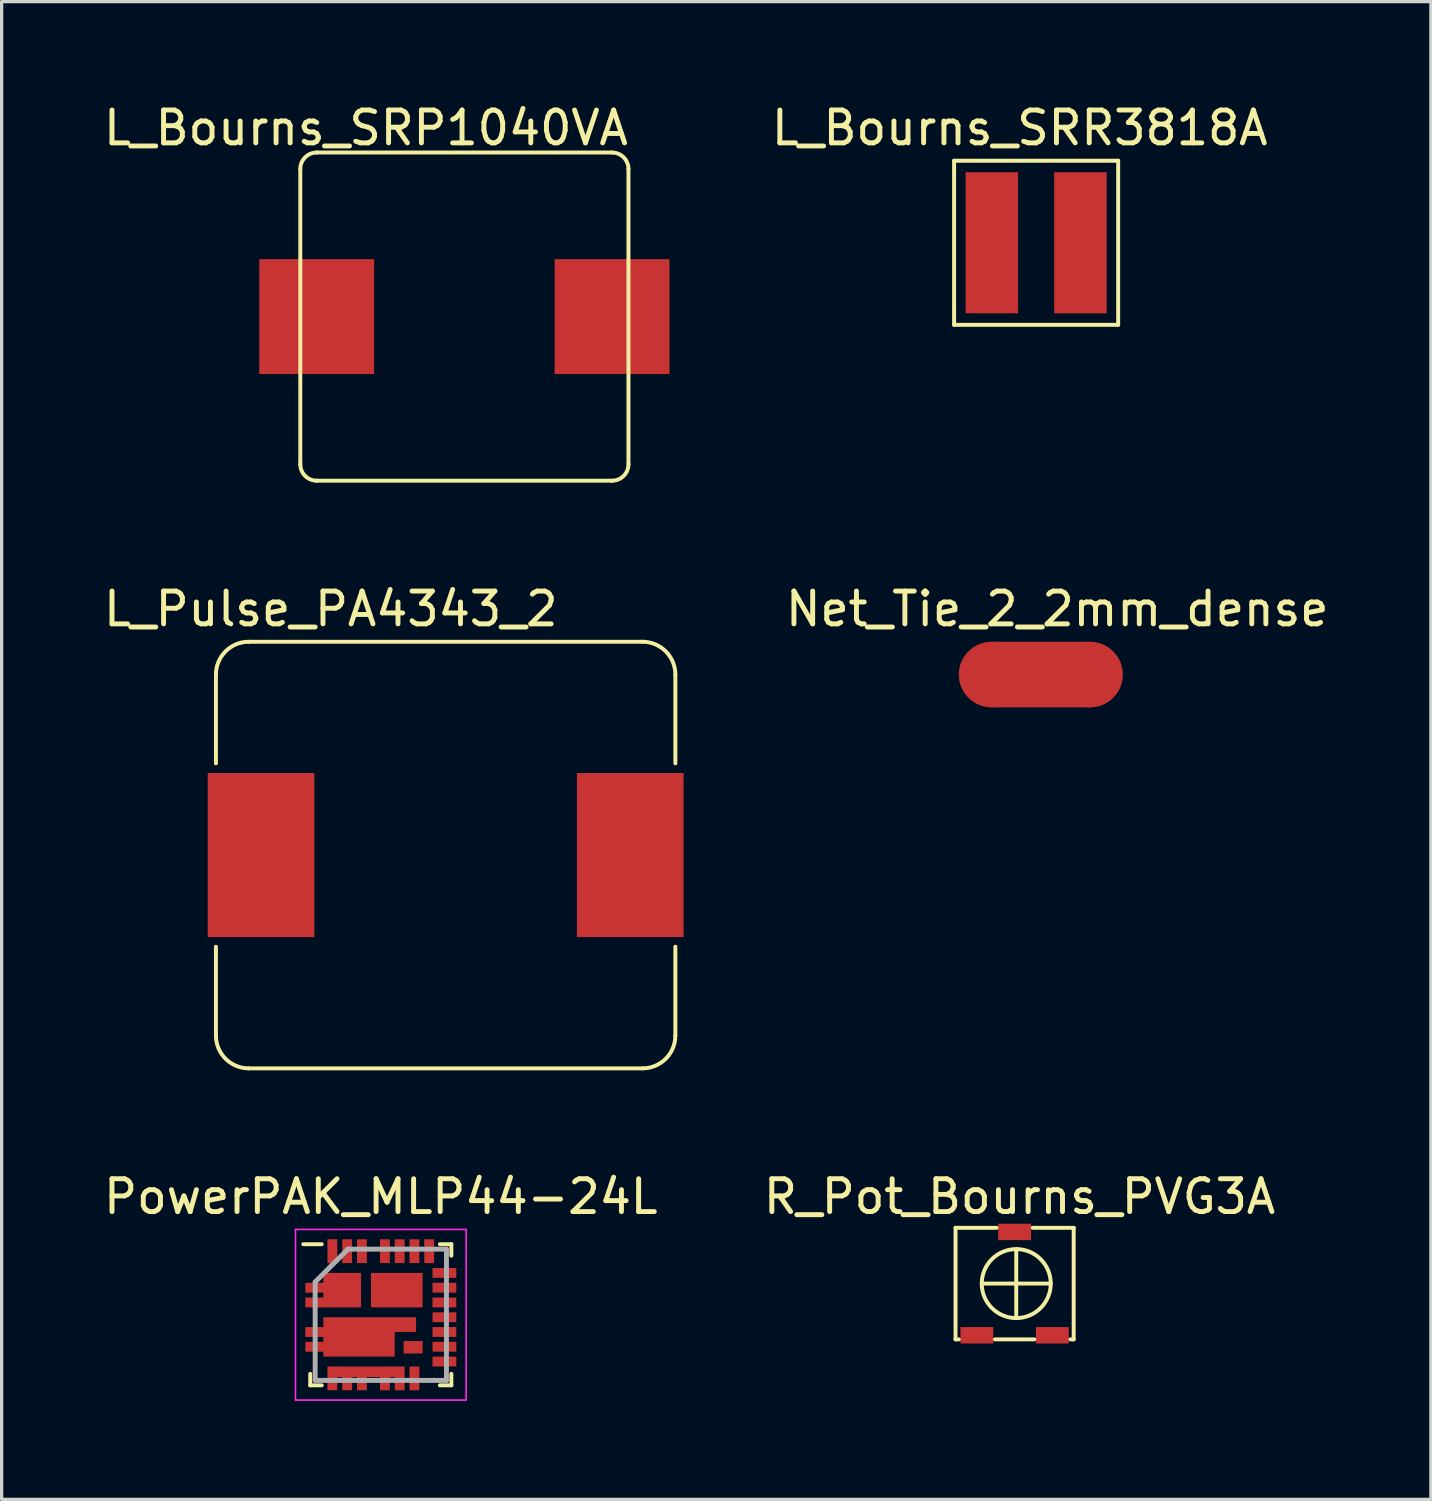
<source format=kicad_pcb>
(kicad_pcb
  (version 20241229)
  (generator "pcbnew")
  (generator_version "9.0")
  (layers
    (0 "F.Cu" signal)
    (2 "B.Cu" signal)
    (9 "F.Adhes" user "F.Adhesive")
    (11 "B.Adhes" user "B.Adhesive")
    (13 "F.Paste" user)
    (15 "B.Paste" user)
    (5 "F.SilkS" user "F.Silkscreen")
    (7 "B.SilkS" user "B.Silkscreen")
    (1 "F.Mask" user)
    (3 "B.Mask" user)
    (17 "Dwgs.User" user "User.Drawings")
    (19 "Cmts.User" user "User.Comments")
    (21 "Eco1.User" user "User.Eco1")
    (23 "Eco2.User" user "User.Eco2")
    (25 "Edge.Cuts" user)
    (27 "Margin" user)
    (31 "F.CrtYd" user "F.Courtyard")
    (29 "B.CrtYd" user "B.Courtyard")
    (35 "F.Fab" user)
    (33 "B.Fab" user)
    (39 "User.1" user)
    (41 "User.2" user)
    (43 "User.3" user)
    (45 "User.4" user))
  (footprint "Net_Tie_2_2mm_dense"
    (layer "F.Cu")
    (at 28.667 17.506)
    (property "Reference" "Net_Tie_2_2mm_dense" (at 0.5 -2 0) (layer "F.SilkS") (effects (font (size 1 1) (thickness 0.15))))
    (attr smd)
    (fp_poly (pts (xy 1.5 1) (xy -1.5 1) (xy -1.5 -1) (xy 1.5 -1)) (stroke (width 0) (type solid)) (fill yes) (layer "F.Cu"))
    (pad "1" smd circle (at -1.5 0) (size 2 2) (layers "F.Cu"))
    (pad "2" smd circle (at 1.5 0) (size 2 2) (layers "F.Cu")))
  (footprint "R_Pot_Bourns_PVG3A"
    (layer "F.Cu")
    (at 27.868 36.065)
    (property "Reference" "R_Pot_Bourns_PVG3A" (at 0.15 -2.65 0) (layer "F.SilkS") (effects (font (size 1 1) (thickness 0.15))))
    (attr smd)
    (fp_line (start -1.8 -1.7) (end -1.8 1.7) (stroke (width 0.12) (type solid)) (layer "F.SilkS"))
    (fp_line (start -1.8 1.7) (end -1.7 1.7) (stroke (width 0.12) (type solid)) (layer "F.SilkS"))
    (fp_line (start -1.001 0) (end 1.101 0) (stroke (width 0.12) (type solid)) (layer "F.SilkS"))
    (fp_line (start -0.6 1.7) (end 0.6 1.7) (stroke (width 0.12) (type solid)) (layer "F.SilkS"))
    (fp_line (start -0.55 -1.7) (end -1.8 -1.7) (stroke (width 0.12) (type solid)) (layer "F.SilkS"))
    (fp_line (start 0.05 -1.051) (end 0.05 1.051) (stroke (width 0.12) (type solid)) (layer "F.SilkS"))
    (fp_line (start 1.7 1.7) (end 1.8 1.7) (stroke (width 0.12) (type solid)) (layer "F.SilkS"))
    (fp_line (start 1.8 -1.7) (end 0.55 -1.7) (stroke (width 0.12) (type solid)) (layer "F.SilkS"))
    (fp_line (start 1.8 1.7) (end 1.8 -1.7) (stroke (width 0.12) (type solid)) (layer "F.SilkS"))
    (fp_circle (center 0.05 0) (end 0.1 -1.05) (stroke (width 0.12) (type solid)) (fill no) (layer "F.SilkS"))
    (pad "1" smd rect (at -1.15 1.575) (size 1 0.5) (layers "F.Cu" "F.Mask" "F.Paste"))
    (pad "2" smd rect (at 0 -1.575) (size 1 0.5) (layers "F.Cu" "F.Mask" "F.Paste"))
    (pad "3" smd rect (at 1.15 1.575) (size 1 0.5) (layers "F.Cu" "F.Mask" "F.Paste")))
  (footprint "L_Pulse_PA4343_2"
    (layer "F.Cu")
    (at 10.53 23.006)
    (property "Reference" "L_Pulse_PA4343_2" (at -3.5 -7.5 0) (layer "F.SilkS") (effects (font (size 1 1) (thickness 0.15))))
    (attr smd)
    (fp_line (start -7 -5.5) (end -7 -2.794) (stroke (width 0.12) (type solid)) (layer "F.SilkS"))
    (fp_line (start -7 5.5) (end -7 2.794) (stroke (width 0.12) (type solid)) (layer "F.SilkS"))
    (fp_line (start -6 -6.5) (end 6 -6.5) (stroke (width 0.12) (type solid)) (layer "F.SilkS"))
    (fp_line (start 6 6.5) (end -6 6.5) (stroke (width 0.12) (type solid)) (layer "F.SilkS"))
    (fp_line (start 7 -5.5) (end 7 -2.794) (stroke (width 0.12) (type solid)) (layer "F.SilkS"))
    (fp_line (start 7 2.794) (end 7 5.5) (stroke (width 0.12) (type solid)) (layer "F.SilkS"))
    (fp_arc (start -7 -5.5) (mid -6.707107 -6.207107) (end -6 -6.5) (stroke (width 0.12) (type solid)) (layer "F.SilkS"))
    (fp_arc (start -6 6.5) (mid -6.707107 6.207107) (end -7 5.5) (stroke (width 0.12) (type solid)) (layer "F.SilkS"))
    (fp_arc (start 6 -6.5) (mid 6.707107 -6.207107) (end 7 -5.5) (stroke (width 0.12) (type solid)) (layer "F.SilkS"))
    (fp_arc (start 7 5.5) (mid 6.707107 6.207107) (end 6 6.5) (stroke (width 0.12) (type solid)) (layer "F.SilkS"))
    (pad "1" smd rect (at -5.625 0) (size 3.25 5) (layers "F.Cu" "F.Mask" "F.Paste"))
    (pad "2" smd rect (at 5.625 0) (size 3.25 5) (layers "F.Cu" "F.Mask" "F.Paste")))
  (footprint "L_Bourns_SRR3818A"
    (layer "F.Cu")
    (at 28.524 4.348)
    (property "Reference" "L_Bourns_SRR3818A" (at -0.5 -3.5 0) (layer "F.SilkS") (effects (font (size 1 1) (thickness 0.15))))
    (attr smd)
    (fp_line (start -2.5 -2.5) (end 2.5 -2.5) (stroke (width 0.12) (type solid)) (layer "F.SilkS"))
    (fp_line (start -2.5 2.5) (end -2.5 -2.5) (stroke (width 0.12) (type solid)) (layer "F.SilkS"))
    (fp_line (start 2.5 -2.5) (end 2.5 2.5) (stroke (width 0.12) (type solid)) (layer "F.SilkS"))
    (fp_line (start 2.5 2.5) (end -2.5 2.5) (stroke (width 0.12) (type solid)) (layer "F.SilkS"))
    (pad "1" smd rect (at -1.35 0) (size 1.6 4.3) (layers "F.Cu" "F.Mask" "F.Paste"))
    (pad "2" smd rect (at 1.35 0) (size 1.6 4.3) (layers "F.Cu" "F.Mask" "F.Paste")))
  (footprint "PowerPAK_MLP44-24L"
    (layer "F.Cu")
    (at 8.554 37.015)
    (property "Reference" "PowerPAK_MLP44-24L" (at 0 -3.6 0) (layer "F.SilkS") (effects (font (size 1 1) (thickness 0.15))))
    (attr smd)
    (fp_line (start -2.15 2.15) (end -2.15 1.8) (stroke (width 0.12) (type solid)) (layer "F.SilkS"))
    (fp_line (start -1.8 -2.15) (end -2.362 -2.15) (stroke (width 0.12) (type solid)) (layer "F.SilkS"))
    (fp_line (start -1.8 2.15) (end -2.15 2.15) (stroke (width 0.12) (type solid)) (layer "F.SilkS"))
    (fp_line (start 1.8 -2.15) (end 2.15 -2.15) (stroke (width 0.12) (type solid)) (layer "F.SilkS"))
    (fp_line (start 1.8 2.15) (end 2.15 2.15) (stroke (width 0.12) (type solid)) (layer "F.SilkS"))
    (fp_line (start 2.15 -2.15) (end 2.15 -1.8) (stroke (width 0.12) (type solid)) (layer "F.SilkS"))
    (fp_line (start 2.15 2.15) (end 2.15 1.8) (stroke (width 0.12) (type solid)) (layer "F.SilkS"))
    (fp_line (start -2.6 -2.6) (end 2.6 -2.6) (stroke (width 0.05) (type solid)) (layer "F.CrtYd"))
    (fp_line (start -2.6 2.6) (end -2.6 -2.6) (stroke (width 0.05) (type solid)) (layer "F.CrtYd"))
    (fp_line (start 2.6 -2.6) (end 2.6 2.6) (stroke (width 0.05) (type solid)) (layer "F.CrtYd"))
    (fp_line (start 2.6 2.6) (end -2.6 2.6) (stroke (width 0.05) (type solid)) (layer "F.CrtYd"))
    (fp_line (start -2 -1) (end -2 2) (stroke (width 0.15) (type solid)) (layer "F.Fab"))
    (fp_line (start -2 2) (end 2 2) (stroke (width 0.15) (type solid)) (layer "F.Fab"))
    (fp_line (start -1 -2) (end -2 -1) (stroke (width 0.15) (type solid)) (layer "F.Fab"))
    (fp_line (start 2 -2) (end -1 -2) (stroke (width 0.15) (type solid)) (layer "F.Fab"))
    (fp_line (start 2 2) (end 2 -2) (stroke (width 0.15) (type solid)) (layer "F.Fab"))
    (pad "1" smd custom (at -1.938 -0.825) (size 0.3 0.725) (layers "F.Cu" "F.Mask" "F.Paste") (options (anchor circle)) (primitives (gr_poly (pts (xy 1.337 0.6) (xy -0.362 0.6) (xy -0.362 0.3) (xy 0.188 0.3) (xy 0.188 0.15) (xy -0.362 0.15) (xy -0.362 -0.15) (xy 0.188 -0.15) (xy 0.188 -0.45) (xy 1.337 -0.45)) (width 0) (fill yes))))
    (pad "3" smd custom (at -1.938 0.525) (size 0.3 0.725) (layers "F.Cu" "F.Mask" "F.Paste") (options (anchor circle)) (primitives (gr_poly (pts (xy 3.013 0) (xy 2.362 0) (xy 2.362 0.75) (xy 0.188 0.75) (xy 0.188 0.6) (xy -0.362 0.6) (xy -0.362 0.3) (xy 0.188 0.3) (xy 0.188 0.15) (xy -0.362 0.15) (xy -0.362 -0.15) (xy 0.188 -0.15) (xy 0.188 -0.45) (xy 3.013 -0.45)) (width 0) (fill yes))))
    (pad "5" smd custom (at -1.475 1.938) (size 0.3 0.725) (layers "F.Cu" "F.Mask" "F.Paste") (options (anchor circle)) (primitives (gr_poly (pts (xy 2.2 0.362) (xy 1.9 0.362) (xy 1.9 -0.037) (xy 1.75 -0.037) (xy 1.75 0.362) (xy 1.45 0.362) (xy 1.45 -0.037) (xy 1.05 -0.037) (xy 1.05 0.362) (xy 0.75 0.362) (xy 0.75 -0.037) (xy 0.6 -0.037) (xy 0.6 0.362) (xy 0.3 0.362) (xy 0.3 -0.037) (xy 0.15 -0.037) (xy 0.15 0.362) (xy -0.15 0.362) (xy -0.15 -0.362) (xy 2.2 -0.362)) (width 0) (fill yes))))
    (pad "10" smd rect (at 1.025 1.938) (size 0.3 0.725) (layers "F.Cu" "F.Mask" "F.Paste"))
    (pad "11" smd rect (at 1.938 1.425 90) (size 0.3 0.725) (layers "F.Cu" "F.Mask" "F.Paste"))
    (pad "12" smd rect (at 1.938 0.975 90) (size 0.3 0.725) (layers "F.Cu" "F.Mask" "F.Paste"))
    (pad "13" smd rect (at 1.938 0.525 90) (size 0.3 0.725) (layers "F.Cu" "F.Mask" "F.Paste"))
    (pad "14" smd rect (at 1.938 0.075 90) (size 0.3 0.725) (layers "F.Cu" "F.Mask" "F.Paste"))
    (pad "15" smd rect (at 1.938 -0.375 90) (size 0.3 0.725) (layers "F.Cu" "F.Mask" "F.Paste"))
    (pad "16" smd rect (at 1.938 -0.825 90) (size 0.3 0.725) (layers "F.Cu" "F.Mask" "F.Paste"))
    (pad "17" smd rect (at 1.938 -1.275 90) (size 0.3 0.725) (layers "F.Cu" "F.Mask" "F.Paste"))
    (pad "18" smd rect (at 1.475 -1.938) (size 0.3 0.725) (layers "F.Cu" "F.Mask" "F.Paste"))
    (pad "19" smd rect (at 1.025 -1.938) (size 0.3 0.725) (layers "F.Cu" "F.Mask" "F.Paste"))
    (pad "20" smd rect (at 0.575 -1.938) (size 0.3 0.725) (layers "F.Cu" "F.Mask" "F.Paste"))
    (pad "21" smd rect (at 0.125 -1.938) (size 0.3 0.725) (layers "F.Cu" "F.Mask" "F.Paste"))
    (pad "22" smd rect (at -0.575 -1.938) (size 0.3 0.725) (layers "F.Cu" "F.Mask" "F.Paste"))
    (pad "23" smd rect (at -1.025 -1.938) (size 0.3 0.725) (layers "F.Cu" "F.Mask" "F.Paste"))
    (pad "24" smd rect (at -1.475 -1.938) (size 0.3 0.725) (layers "F.Cu" "F.Mask" "F.Paste"))
    (pad "25" smd rect (at 0.487 -0.75) (size 1.575 1.05) (layers "F.Cu" "F.Mask" "F.Paste"))
    (pad "28" smd rect (at 0.985 0.99) (size 0.58 0.38) (layers "F.Cu" "F.Mask" "F.Paste")))
  (footprint "L_Bourns_SRP1040VA"
    (layer "F.Cu")
    (at 11.101 6.598)
    (property "Reference" "L_Bourns_SRP1040VA" (at -3 -5.75 0) (layer "F.SilkS") (effects (font (size 1 1) (thickness 0.15))))
    (attr smd)
    (fp_line (start -5 4.5) (end -5 -4.5) (stroke (width 0.12) (type solid)) (layer "F.SilkS"))
    (fp_line (start -4.5 -5) (end 4.5 -5) (stroke (width 0.12) (type solid)) (layer "F.SilkS"))
    (fp_line (start 4.5 5) (end -4.5 5) (stroke (width 0.12) (type solid)) (layer "F.SilkS"))
    (fp_line (start 5 -4.5) (end 5 4.5) (stroke (width 0.12) (type solid)) (layer "F.SilkS"))
    (fp_arc (start -5 -4.5) (mid -4.853553 -4.853553) (end -4.5 -5) (stroke (width 0.12) (type solid)) (layer "F.SilkS"))
    (fp_arc (start -4.5 5) (mid -4.853553 4.853553) (end -5 4.5) (stroke (width 0.12) (type solid)) (layer "F.SilkS"))
    (fp_arc (start 4.5 -5) (mid 4.853553 -4.853553) (end 5 -4.5) (stroke (width 0.12) (type solid)) (layer "F.SilkS"))
    (fp_arc (start 5 4.5) (mid 4.853553 4.853553) (end 4.5 5) (stroke (width 0.12) (type solid)) (layer "F.SilkS"))
    (pad "1" smd rect (at -4.5 0) (size 3.5 3.5) (layers "F.Cu" "F.Mask" "F.Paste"))
    (pad "2" smd rect (at 4.5 0) (size 3.5 3.5) (layers "F.Cu" "F.Mask" "F.Paste")))
  (gr_rect
    (start -3 -3)
    (end 40.554 42.64)
    (stroke (width 0.1) (type default))
    (fill no)
    (layer "Edge.Cuts")))
</source>
